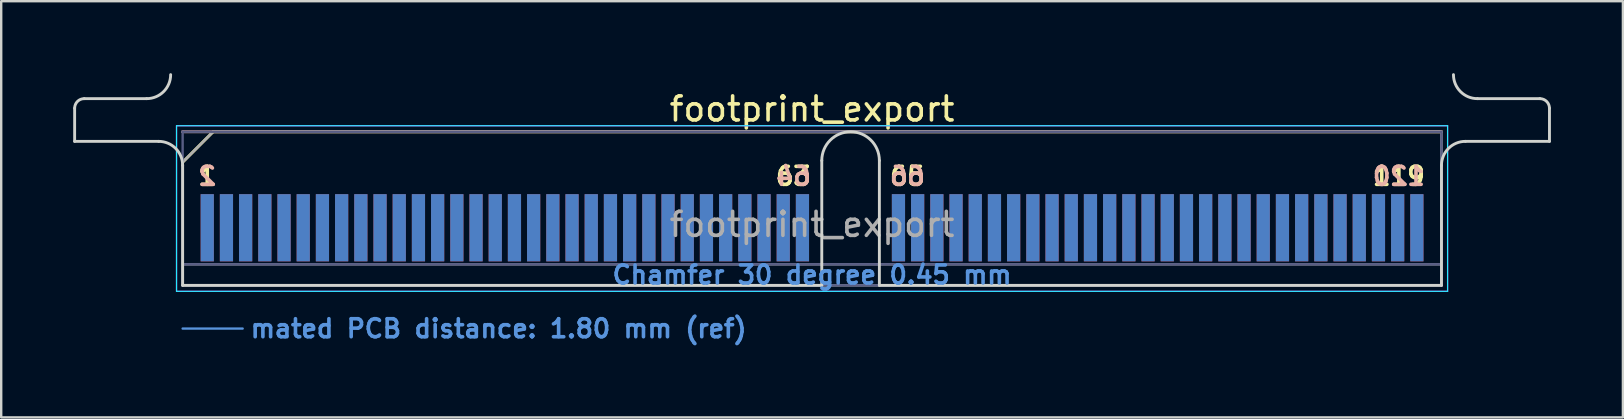
<source format=kicad_pcb>
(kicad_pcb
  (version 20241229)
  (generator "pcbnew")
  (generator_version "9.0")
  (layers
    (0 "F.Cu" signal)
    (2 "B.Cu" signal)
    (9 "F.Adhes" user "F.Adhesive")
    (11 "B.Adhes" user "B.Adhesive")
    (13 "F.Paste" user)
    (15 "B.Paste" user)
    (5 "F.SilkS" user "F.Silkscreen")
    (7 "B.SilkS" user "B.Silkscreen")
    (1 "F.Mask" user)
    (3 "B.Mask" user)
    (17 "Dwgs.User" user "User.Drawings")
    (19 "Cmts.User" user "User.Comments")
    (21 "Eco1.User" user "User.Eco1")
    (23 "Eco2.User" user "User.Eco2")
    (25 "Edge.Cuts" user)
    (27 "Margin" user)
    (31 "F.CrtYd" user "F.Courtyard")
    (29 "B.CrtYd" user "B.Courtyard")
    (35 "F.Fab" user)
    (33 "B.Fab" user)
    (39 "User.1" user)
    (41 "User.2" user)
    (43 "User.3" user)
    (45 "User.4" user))
  (footprint "footprint_export"
    (layer "F.Cu")
    (at 30.785 8.84)
    (property "Reference" "footprint_export" (at 0 -7.35 0) (layer "F.SilkS") (effects (font (size 1 1) (thickness 0.15))))
    (attr exclude_from_pos_files exclude_from_bom)
    (fp_line (start -26.225 -5.13) (end -24.955 -6.4) (stroke (width 0.12) (type solid)) (layer "F.SilkS"))
    (fp_line (start -24.955 -6.4) (end 26.225 -6.4) (stroke (width 0.12) (type solid)) (layer "F.SilkS"))
    (fp_line (start -26.225 -6.4) (end -26.225 -6.4) (stroke (width 0.12) (type solid)) (layer "B.SilkS"))
    (fp_line (start -26.225 -6.4) (end 26.225 -6.4) (stroke (width 0.12) (type solid)) (layer "B.SilkS"))
    (fp_line (start -26.225 1.8) (end -23.725 1.8) (stroke (width 0.1) (type solid)) (layer "Cmts.User"))
    (fp_line (start -30.725 -6) (end -30.725 -7.38) (stroke (width 0.12) (type solid)) (layer "Edge.Cuts"))
    (fp_line (start -30.325 -7.78) (end -27.725 -7.78) (stroke (width 0.12) (type solid)) (layer "Edge.Cuts"))
    (fp_line (start -27.225 -6) (end -30.725 -6) (stroke (width 0.12) (type solid)) (layer "Edge.Cuts"))
    (fp_line (start -26.225 -5) (end -26.225 0) (stroke (width 0.12) (type solid)) (layer "Edge.Cuts"))
    (fp_line (start -26.225 0) (end 0.405 0) (stroke (width 0.12) (type solid)) (layer "Edge.Cuts"))
    (fp_line (start 0.405 0) (end 0.405 -5.2) (stroke (width 0.12) (type solid)) (layer "Edge.Cuts"))
    (fp_line (start 2.805 -5.2) (end 2.805 0) (stroke (width 0.12) (type solid)) (layer "Edge.Cuts"))
    (fp_line (start 2.805 0) (end 26.225 0) (stroke (width 0.12) (type solid)) (layer "Edge.Cuts"))
    (fp_line (start 26.225 0) (end 26.225 -5) (stroke (width 0.12) (type solid)) (layer "Edge.Cuts"))
    (fp_line (start 27.225 -6) (end 30.725 -6) (stroke (width 0.12) (type solid)) (layer "Edge.Cuts"))
    (fp_line (start 30.325 -7.78) (end 27.725 -7.78) (stroke (width 0.12) (type solid)) (layer "Edge.Cuts"))
    (fp_line (start 30.725 -6) (end 30.725 -7.38) (stroke (width 0.12) (type solid)) (layer "Edge.Cuts"))
    (fp_arc (start -30.725 -7.38) (mid -30.607843 -7.662843) (end -30.325 -7.78) (stroke (width 0.12) (type solid)) (layer "Edge.Cuts"))
    (fp_arc (start -27.225 -6) (mid -26.517893 -5.707107) (end -26.225 -5) (stroke (width 0.12) (type solid)) (layer "Edge.Cuts"))
    (fp_arc (start -26.725 -8.78) (mid -27.017893 -8.072893) (end -27.725 -7.78) (stroke (width 0.12) (type solid)) (layer "Edge.Cuts"))
    (fp_arc (start 0.405 -5.2) (mid 1.605 -6.4) (end 2.805 -5.2) (stroke (width 0.12) (type solid)) (layer "Edge.Cuts"))
    (fp_arc (start 26.225 -5) (mid 26.517893 -5.707107) (end 27.225 -6) (stroke (width 0.12) (type solid)) (layer "Edge.Cuts"))
    (fp_arc (start 27.725 -7.78) (mid 27.017893 -8.072893) (end 26.725 -8.78) (stroke (width 0.12) (type solid)) (layer "Edge.Cuts"))
    (fp_arc (start 30.325 -7.78) (mid 30.607843 -7.662843) (end 30.725 -7.38) (stroke (width 0.12) (type solid)) (layer "Edge.Cuts"))
    (fp_line (start -26.48 -6.65) (end -26.48 0.25) (stroke (width 0.05) (type solid)) (layer "B.CrtYd"))
    (fp_line (start -26.48 0.25) (end 26.48 0.25) (stroke (width 0.05) (type solid)) (layer "B.CrtYd"))
    (fp_line (start 26.48 -6.65) (end -26.48 -6.65) (stroke (width 0.05) (type solid)) (layer "B.CrtYd"))
    (fp_line (start 26.48 0.25) (end 26.48 -6.65) (stroke (width 0.05) (type solid)) (layer "B.CrtYd"))
    (fp_line (start -26.48 -6.65) (end -26.48 0.25) (stroke (width 0.05) (type solid)) (layer "F.CrtYd"))
    (fp_line (start -26.48 0.25) (end 26.48 0.25) (stroke (width 0.05) (type solid)) (layer "F.CrtYd"))
    (fp_line (start 26.48 -6.65) (end -26.48 -6.65) (stroke (width 0.05) (type solid)) (layer "F.CrtYd"))
    (fp_line (start 26.48 0.25) (end 26.48 -6.65) (stroke (width 0.05) (type solid)) (layer "F.CrtYd"))
    (fp_line (start -26.225 -6.4) (end -26.225 -6.4) (stroke (width 0.1) (type solid)) (layer "B.Fab"))
    (fp_line (start -26.225 -6.4) (end -26.225 0) (stroke (width 0.1) (type solid)) (layer "B.Fab"))
    (fp_line (start -26.225 -6.4) (end 26.225 -6.4) (stroke (width 0.1) (type solid)) (layer "B.Fab"))
    (fp_line (start -26.225 -0.88) (end 26.225 -0.88) (stroke (width 0.1) (type solid)) (layer "B.Fab"))
    (fp_line (start -26.225 0) (end 26.225 0) (stroke (width 0.1) (type solid)) (layer "B.Fab"))
    (fp_line (start 26.225 -6.4) (end 26.225 0) (stroke (width 0.1) (type solid)) (layer "B.Fab"))
    (fp_line (start -26.225 -5.13) (end -26.225 0) (stroke (width 0.1) (type solid)) (layer "F.Fab"))
    (fp_line (start -26.225 -5.13) (end -24.955 -6.4) (stroke (width 0.1) (type solid)) (layer "F.Fab"))
    (fp_line (start -26.225 -0.88) (end 26.225 -0.88) (stroke (width 0.1) (type solid)) (layer "F.Fab"))
    (fp_line (start -26.225 0) (end 26.225 0) (stroke (width 0.1) (type solid)) (layer "F.Fab"))
    (fp_line (start -24.955 -6.4) (end 26.225 -6.4) (stroke (width 0.1) (type solid)) (layer "F.Fab"))
    (fp_line (start 26.225 -6.4) (end 26.225 0) (stroke (width 0.1) (type solid)) (layer "F.Fab"))
    (fp_text user "1" (at -25.2 -4.55 0) (layer "F.SilkS") (effects (font (size 0.75 0.75) (thickness 0.15))))
    (fp_text user "63" (at -0.775 -4.55 0) (layer "F.SilkS") (effects (font (size 0.75 0.75) (thickness 0.15))))
    (fp_text user "65" (at 3.975 -4.55 0) (layer "F.SilkS") (effects (font (size 0.75 0.75) (thickness 0.15))))
    (fp_text user "119" (at 24.45 -4.55 0) (layer "F.SilkS") (effects (font (size 0.75 0.75) (thickness 0.15))))
    (fp_text user "64" (at -0.775 -4.55 0) (layer "B.SilkS") (effects (font (size 0.75 0.75) (thickness 0.15)) (justify mirror)))
    (fp_text user "2" (at -25.2 -4.55 0) (layer "B.SilkS") (effects (font (size 0.75 0.75) (thickness 0.15)) (justify mirror)))
    (fp_text user "66" (at 3.975 -4.55 0) (layer "B.SilkS") (effects (font (size 0.75 0.75) (thickness 0.15)) (justify mirror)))
    (fp_text user "120" (at 24.45 -4.55 0) (layer "B.SilkS") (effects (font (size 0.75 0.75) (thickness 0.15)) (justify mirror)))
    (fp_text user "mated PCB distance: 1.80 mm (ref)" (at -23.48 1.8 0) (layer "Cmts.User") (effects (font (size 0.75 0.75) (thickness 0.15)) (justify left)))
    (fp_text user "Chamfer 30 degree 0.45 mm" (at 0 -0.44 0) (layer "Cmts.User") (effects (font (size 0.75 0.75) (thickness 0.15))))
    (fp_text user "${REFERENCE}" (at 0 -2.54 0) (layer "F.Fab") (effects (font (size 1 1) (thickness 0.15))))
    (pad "1" connect rect (at -25.2 -2.4) (size 0.55 2.8) (layers "F.Cu" "F.Mask"))
    (pad "2" connect rect (at -25.2 -2.4) (size 0.55 2.8) (layers "B.Cu" "B.Mask"))
    (pad "3" connect rect (at -24.4 -2.4) (size 0.55 2.8) (layers "F.Cu" "F.Mask"))
    (pad "4" connect rect (at -24.4 -2.4) (size 0.55 2.8) (layers "B.Cu" "B.Mask"))
    (pad "5" connect rect (at -23.6 -2.4) (size 0.55 2.8) (layers "F.Cu" "F.Mask"))
    (pad "6" connect rect (at -23.6 -2.4) (size 0.55 2.8) (layers "B.Cu" "B.Mask"))
    (pad "7" connect rect (at -22.8 -2.4) (size 0.55 2.8) (layers "F.Cu" "F.Mask"))
    (pad "8" connect rect (at -22.8 -2.4) (size 0.55 2.8) (layers "B.Cu" "B.Mask"))
    (pad "9" connect rect (at -22 -2.4) (size 0.55 2.8) (layers "F.Cu" "F.Mask"))
    (pad "10" connect rect (at -22 -2.4) (size 0.55 2.8) (layers "B.Cu" "B.Mask"))
    (pad "11" connect rect (at -21.2 -2.4) (size 0.55 2.8) (layers "F.Cu" "F.Mask"))
    (pad "12" connect rect (at -21.2 -2.4) (size 0.55 2.8) (layers "B.Cu" "B.Mask"))
    (pad "13" connect rect (at -20.4 -2.4) (size 0.55 2.8) (layers "F.Cu" "F.Mask"))
    (pad "14" connect rect (at -20.4 -2.4) (size 0.55 2.8) (layers "B.Cu" "B.Mask"))
    (pad "15" connect rect (at -19.6 -2.4) (size 0.55 2.8) (layers "F.Cu" "F.Mask"))
    (pad "16" connect rect (at -19.6 -2.4) (size 0.55 2.8) (layers "B.Cu" "B.Mask"))
    (pad "17" connect rect (at -18.8 -2.4) (size 0.55 2.8) (layers "F.Cu" "F.Mask"))
    (pad "18" connect rect (at -18.8 -2.4) (size 0.55 2.8) (layers "B.Cu" "B.Mask"))
    (pad "19" connect rect (at -18 -2.4) (size 0.55 2.8) (layers "F.Cu" "F.Mask"))
    (pad "20" connect rect (at -18 -2.4) (size 0.55 2.8) (layers "B.Cu" "B.Mask"))
    (pad "21" connect rect (at -17.2 -2.4) (size 0.55 2.8) (layers "F.Cu" "F.Mask"))
    (pad "22" connect rect (at -17.2 -2.4) (size 0.55 2.8) (layers "B.Cu" "B.Mask"))
    (pad "23" connect rect (at -16.4 -2.4) (size 0.55 2.8) (layers "F.Cu" "F.Mask"))
    (pad "24" connect rect (at -16.4 -2.4) (size 0.55 2.8) (layers "B.Cu" "B.Mask"))
    (pad "25" connect rect (at -15.6 -2.4) (size 0.55 2.8) (layers "F.Cu" "F.Mask"))
    (pad "26" connect rect (at -15.6 -2.4) (size 0.55 2.8) (layers "B.Cu" "B.Mask"))
    (pad "27" connect rect (at -14.8 -2.4) (size 0.55 2.8) (layers "F.Cu" "F.Mask"))
    (pad "28" connect rect (at -14.8 -2.4) (size 0.55 2.8) (layers "B.Cu" "B.Mask"))
    (pad "29" connect rect (at -14 -2.4) (size 0.55 2.8) (layers "F.Cu" "F.Mask"))
    (pad "30" connect rect (at -14 -2.4) (size 0.55 2.8) (layers "B.Cu" "B.Mask"))
    (pad "31" connect rect (at -13.2 -2.4) (size 0.55 2.8) (layers "F.Cu" "F.Mask"))
    (pad "32" connect rect (at -13.2 -2.4) (size 0.55 2.8) (layers "B.Cu" "B.Mask"))
    (pad "33" connect rect (at -12.4 -2.4) (size 0.55 2.8) (layers "F.Cu" "F.Mask"))
    (pad "34" connect rect (at -12.4 -2.4) (size 0.55 2.8) (layers "B.Cu" "B.Mask"))
    (pad "35" connect rect (at -11.6 -2.4) (size 0.55 2.8) (layers "F.Cu" "F.Mask"))
    (pad "36" connect rect (at -11.6 -2.4) (size 0.55 2.8) (layers "B.Cu" "B.Mask"))
    (pad "37" connect rect (at -10.8 -2.4) (size 0.55 2.8) (layers "F.Cu" "F.Mask"))
    (pad "38" connect rect (at -10.8 -2.4) (size 0.55 2.8) (layers "B.Cu" "B.Mask"))
    (pad "39" connect rect (at -10 -2.4) (size 0.55 2.8) (layers "F.Cu" "F.Mask"))
    (pad "40" connect rect (at -10 -2.4) (size 0.55 2.8) (layers "B.Cu" "B.Mask"))
    (pad "41" connect rect (at -9.2 -2.4) (size 0.55 2.8) (layers "F.Cu" "F.Mask"))
    (pad "42" connect rect (at -9.2 -2.4) (size 0.55 2.8) (layers "B.Cu" "B.Mask"))
    (pad "43" connect rect (at -8.4 -2.4) (size 0.55 2.8) (layers "F.Cu" "F.Mask"))
    (pad "44" connect rect (at -8.4 -2.4) (size 0.55 2.8) (layers "B.Cu" "B.Mask"))
    (pad "45" connect rect (at -7.6 -2.4) (size 0.55 2.8) (layers "F.Cu" "F.Mask"))
    (pad "46" connect rect (at -7.6 -2.4) (size 0.55 2.8) (layers "B.Cu" "B.Mask"))
    (pad "47" connect rect (at -6.8 -2.4) (size 0.55 2.8) (layers "F.Cu" "F.Mask"))
    (pad "48" connect rect (at -6.8 -2.4) (size 0.55 2.8) (layers "B.Cu" "B.Mask"))
    (pad "49" connect rect (at -6 -2.4) (size 0.55 2.8) (layers "F.Cu" "F.Mask"))
    (pad "50" connect rect (at -6 -2.4) (size 0.55 2.8) (layers "B.Cu" "B.Mask"))
    (pad "51" connect rect (at -5.2 -2.4) (size 0.55 2.8) (layers "F.Cu" "F.Mask"))
    (pad "52" connect rect (at -5.2 -2.4) (size 0.55 2.8) (layers "B.Cu" "B.Mask"))
    (pad "53" connect rect (at -4.4 -2.4) (size 0.55 2.8) (layers "F.Cu" "F.Mask"))
    (pad "54" connect rect (at -4.4 -2.4) (size 0.55 2.8) (layers "B.Cu" "B.Mask"))
    (pad "55" connect rect (at -3.6 -2.4) (size 0.55 2.8) (layers "F.Cu" "F.Mask"))
    (pad "56" connect rect (at -3.6 -2.4) (size 0.55 2.8) (layers "B.Cu" "B.Mask"))
    (pad "57" connect rect (at -2.8 -2.4) (size 0.55 2.8) (layers "F.Cu" "F.Mask"))
    (pad "58" connect rect (at -2.8 -2.4) (size 0.55 2.8) (layers "B.Cu" "B.Mask"))
    (pad "59" connect rect (at -2 -2.4) (size 0.55 2.8) (layers "F.Cu" "F.Mask"))
    (pad "60" connect rect (at -2 -2.4) (size 0.55 2.8) (layers "B.Cu" "B.Mask"))
    (pad "61" connect rect (at -1.2 -2.4) (size 0.55 2.8) (layers "F.Cu" "F.Mask"))
    (pad "62" connect rect (at -1.2 -2.4) (size 0.55 2.8) (layers "B.Cu" "B.Mask"))
    (pad "63" connect rect (at -0.4 -2.4) (size 0.55 2.8) (layers "F.Cu" "F.Mask"))
    (pad "64" connect rect (at -0.4 -2.4) (size 0.55 2.8) (layers "B.Cu" "B.Mask"))
    (pad "65" connect rect (at 3.6 -2.4) (size 0.55 2.8) (layers "F.Cu" "F.Mask"))
    (pad "66" connect rect (at 3.6 -2.4) (size 0.55 2.8) (layers "B.Cu" "B.Mask"))
    (pad "67" connect rect (at 4.4 -2.4) (size 0.55 2.8) (layers "F.Cu" "F.Mask"))
    (pad "68" connect rect (at 4.4 -2.4) (size 0.55 2.8) (layers "B.Cu" "B.Mask"))
    (pad "69" connect rect (at 5.2 -2.4) (size 0.55 2.8) (layers "F.Cu" "F.Mask"))
    (pad "70" connect rect (at 5.2 -2.4) (size 0.55 2.8) (layers "B.Cu" "B.Mask"))
    (pad "71" connect rect (at 6 -2.4) (size 0.55 2.8) (layers "F.Cu" "F.Mask"))
    (pad "72" connect rect (at 6 -2.4) (size 0.55 2.8) (layers "B.Cu" "B.Mask"))
    (pad "73" connect rect (at 6.8 -2.4) (size 0.55 2.8) (layers "F.Cu" "F.Mask"))
    (pad "74" connect rect (at 6.8 -2.4) (size 0.55 2.8) (layers "B.Cu" "B.Mask"))
    (pad "75" connect rect (at 7.6 -2.4) (size 0.55 2.8) (layers "F.Cu" "F.Mask"))
    (pad "76" connect rect (at 7.6 -2.4) (size 0.55 2.8) (layers "B.Cu" "B.Mask"))
    (pad "77" connect rect (at 8.4 -2.4) (size 0.55 2.8) (layers "F.Cu" "F.Mask"))
    (pad "78" connect rect (at 8.4 -2.4) (size 0.55 2.8) (layers "B.Cu" "B.Mask"))
    (pad "79" connect rect (at 9.2 -2.4) (size 0.55 2.8) (layers "F.Cu" "F.Mask"))
    (pad "80" connect rect (at 9.2 -2.4) (size 0.55 2.8) (layers "B.Cu" "B.Mask"))
    (pad "81" connect rect (at 10 -2.4) (size 0.55 2.8) (layers "F.Cu" "F.Mask"))
    (pad "82" connect rect (at 10 -2.4) (size 0.55 2.8) (layers "B.Cu" "B.Mask"))
    (pad "83" connect rect (at 10.8 -2.4) (size 0.55 2.8) (layers "F.Cu" "F.Mask"))
    (pad "84" connect rect (at 10.8 -2.4) (size 0.55 2.8) (layers "B.Cu" "B.Mask"))
    (pad "85" connect rect (at 11.6 -2.4) (size 0.55 2.8) (layers "F.Cu" "F.Mask"))
    (pad "86" connect rect (at 11.6 -2.4) (size 0.55 2.8) (layers "B.Cu" "B.Mask"))
    (pad "87" connect rect (at 12.4 -2.4) (size 0.55 2.8) (layers "F.Cu" "F.Mask"))
    (pad "88" connect rect (at 12.4 -2.4) (size 0.55 2.8) (layers "B.Cu" "B.Mask"))
    (pad "89" connect rect (at 13.2 -2.4) (size 0.55 2.8) (layers "F.Cu" "F.Mask"))
    (pad "90" connect rect (at 13.2 -2.4) (size 0.55 2.8) (layers "B.Cu" "B.Mask"))
    (pad "91" connect rect (at 14 -2.4) (size 0.55 2.8) (layers "F.Cu" "F.Mask"))
    (pad "92" connect rect (at 14 -2.4) (size 0.55 2.8) (layers "B.Cu" "B.Mask"))
    (pad "93" connect rect (at 14.8 -2.4) (size 0.55 2.8) (layers "F.Cu" "F.Mask"))
    (pad "94" connect rect (at 14.8 -2.4) (size 0.55 2.8) (layers "B.Cu" "B.Mask"))
    (pad "95" connect rect (at 15.6 -2.4) (size 0.55 2.8) (layers "F.Cu" "F.Mask"))
    (pad "96" connect rect (at 15.6 -2.4) (size 0.55 2.8) (layers "B.Cu" "B.Mask"))
    (pad "97" connect rect (at 16.4 -2.4) (size 0.55 2.8) (layers "F.Cu" "F.Mask"))
    (pad "98" connect rect (at 16.4 -2.4) (size 0.55 2.8) (layers "B.Cu" "B.Mask"))
    (pad "99" connect rect (at 17.2 -2.4) (size 0.55 2.8) (layers "F.Cu" "F.Mask"))
    (pad "100" connect rect (at 17.2 -2.4) (size 0.55 2.8) (layers "B.Cu" "B.Mask"))
    (pad "101" connect rect (at 18 -2.4) (size 0.55 2.8) (layers "F.Cu" "F.Mask"))
    (pad "102" connect rect (at 18 -2.4) (size 0.55 2.8) (layers "B.Cu" "B.Mask"))
    (pad "103" connect rect (at 18.8 -2.4) (size 0.55 2.8) (layers "F.Cu" "F.Mask"))
    (pad "104" connect rect (at 18.8 -2.4) (size 0.55 2.8) (layers "B.Cu" "B.Mask"))
    (pad "105" connect rect (at 19.6 -2.4) (size 0.55 2.8) (layers "F.Cu" "F.Mask"))
    (pad "106" connect rect (at 19.6 -2.4) (size 0.55 2.8) (layers "B.Cu" "B.Mask"))
    (pad "107" connect rect (at 20.4 -2.4) (size 0.55 2.8) (layers "F.Cu" "F.Mask"))
    (pad "108" connect rect (at 20.4 -2.4) (size 0.55 2.8) (layers "B.Cu" "B.Mask"))
    (pad "109" connect rect (at 21.2 -2.4) (size 0.55 2.8) (layers "F.Cu" "F.Mask"))
    (pad "110" connect rect (at 21.2 -2.4) (size 0.55 2.8) (layers "B.Cu" "B.Mask"))
    (pad "111" connect rect (at 22 -2.4) (size 0.55 2.8) (layers "F.Cu" "F.Mask"))
    (pad "112" connect rect (at 22 -2.4) (size 0.55 2.8) (layers "B.Cu" "B.Mask"))
    (pad "113" connect rect (at 22.8 -2.4) (size 0.55 2.8) (layers "F.Cu" "F.Mask"))
    (pad "114" connect rect (at 22.8 -2.4) (size 0.55 2.8) (layers "B.Cu" "B.Mask"))
    (pad "115" connect rect (at 23.6 -2.4) (size 0.55 2.8) (layers "F.Cu" "F.Mask"))
    (pad "116" connect rect (at 23.6 -2.4) (size 0.55 2.8) (layers "B.Cu" "B.Mask"))
    (pad "117" connect rect (at 24.4 -2.4) (size 0.55 2.8) (layers "F.Cu" "F.Mask"))
    (pad "118" connect rect (at 24.4 -2.4) (size 0.55 2.8) (layers "B.Cu" "B.Mask"))
    (pad "119" connect rect (at 25.2 -2.4) (size 0.55 2.8) (layers "F.Cu" "F.Mask"))
    (pad "120" connect rect (at 25.2 -2.4) (size 0.55 2.8) (layers "B.Cu" "B.Mask")))
  (gr_rect
    (start -3 -3)
    (end 64.57 14.342)
    (stroke (width 0.1) (type default))
    (fill no)
    (layer "Edge.Cuts")))
</source>
